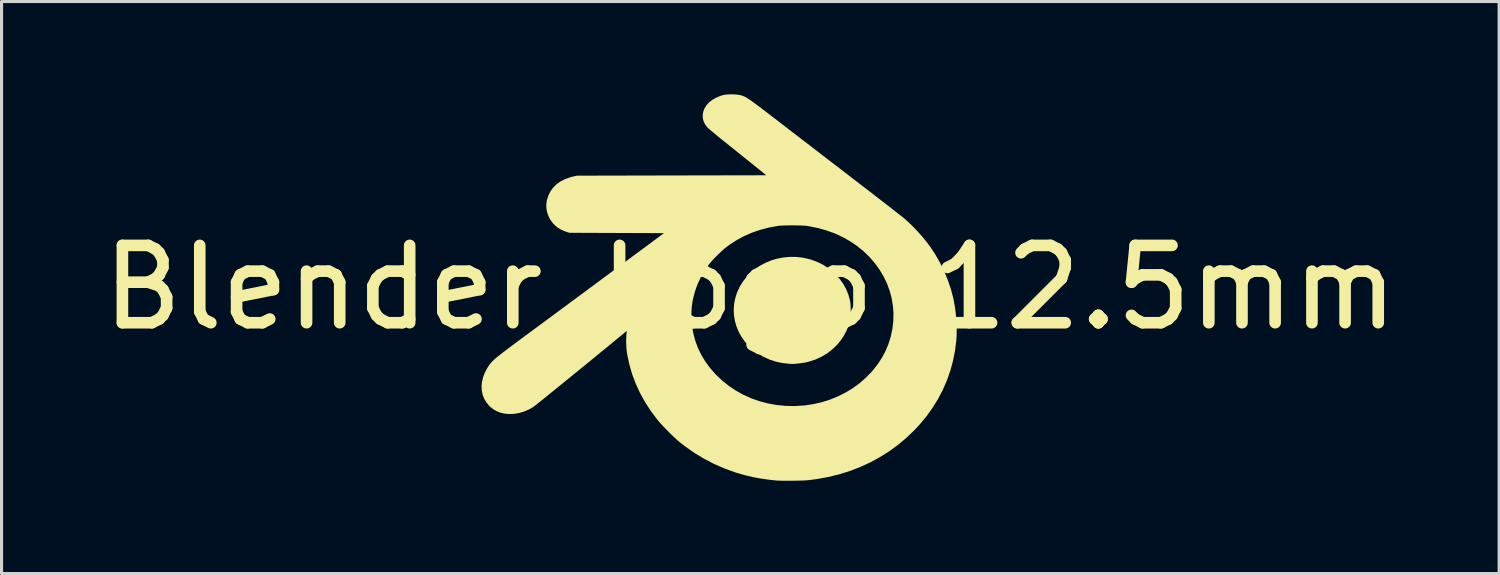
<source format=kicad_pcb>
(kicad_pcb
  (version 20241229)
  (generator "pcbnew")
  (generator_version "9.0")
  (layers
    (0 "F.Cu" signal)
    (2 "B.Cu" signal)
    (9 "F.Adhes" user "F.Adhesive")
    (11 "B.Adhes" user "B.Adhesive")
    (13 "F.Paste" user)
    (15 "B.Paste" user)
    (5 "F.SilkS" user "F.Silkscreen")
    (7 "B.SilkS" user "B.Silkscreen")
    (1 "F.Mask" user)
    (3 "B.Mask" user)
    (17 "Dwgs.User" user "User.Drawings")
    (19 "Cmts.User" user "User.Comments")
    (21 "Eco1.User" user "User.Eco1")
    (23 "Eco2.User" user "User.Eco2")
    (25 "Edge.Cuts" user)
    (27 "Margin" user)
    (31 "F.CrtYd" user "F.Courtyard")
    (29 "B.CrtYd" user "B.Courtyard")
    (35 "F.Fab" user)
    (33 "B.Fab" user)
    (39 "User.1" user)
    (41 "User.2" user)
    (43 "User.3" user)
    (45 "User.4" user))
  (footprint "Blender Logo 12.5mm"
    (layer "F.Cu")
    (at 21.205 6.245)
    (property "Reference" "Blender Logo 12.5mm" (at 0 0 180) (layer "F.SilkS") (effects (font (size 2.5 2.5) (thickness 0.375))))
    (attr board_only exclude_from_pos_files exclude_from_bom)
    (fp_poly (pts (xy 1.486 -0.989) (xy 1.696 -0.965) (xy 1.905 -0.919) (xy 2.004 -0.888) (xy 2.198 -0.813) (xy 2.375 -0.722) (xy 2.54 -0.612) (xy 2.695 -0.482) (xy 2.753 -0.426) (xy 2.89 -0.275) (xy 3.004 -0.116) (xy 3.097 0.051) (xy 3.169 0.229) (xy 3.222 0.418) (xy 3.222 0.42) (xy 3.232 0.482) (xy 3.239 0.562) (xy 3.244 0.653) (xy 3.245 0.748) (xy 3.244 0.842) (xy 3.24 0.928) (xy 3.233 0.999) (xy 3.228 1.026) (xy 3.179 1.216) (xy 3.108 1.398) (xy 3.016 1.569) (xy 2.906 1.73) (xy 2.779 1.878) (xy 2.635 2.012) (xy 2.476 2.132) (xy 2.303 2.235) (xy 2.118 2.321) (xy 1.923 2.387) (xy 1.775 2.424) (xy 1.718 2.433) (xy 1.65 2.443) (xy 1.575 2.452) (xy 1.5 2.46) (xy 1.43 2.466) (xy 1.372 2.469) (xy 1.332 2.469) (xy 1.331 2.469) (xy 1.301 2.467) (xy 1.26 2.464) (xy 1.241 2.463) (xy 1.028 2.439) (xy 0.826 2.396) (xy 0.63 2.332) (xy 0.438 2.245) (xy 0.431 2.242) (xy 0.254 2.139) (xy 0.092 2.021) (xy -0.052 1.89) (xy -0.179 1.746) (xy -0.287 1.592) (xy -0.377 1.429) (xy -0.448 1.258) (xy -0.498 1.082) (xy -0.528 0.901) (xy -0.537 0.717) (xy -0.524 0.532) (xy -0.488 0.347) (xy -0.43 0.163) (xy -0.415 0.126) (xy -0.331 -0.048) (xy -0.228 -0.209) (xy -0.104 -0.361) (xy -0.031 -0.438) (xy 0.124 -0.575) (xy 0.293 -0.693) (xy 0.474 -0.793) (xy 0.665 -0.873) (xy 0.863 -0.933) (xy 1.068 -0.972) (xy 1.276 -0.991)) (stroke (width 0) (type solid)) (fill yes) (layer "F.SilkS"))
    (fp_poly (pts (xy -0.557 -6.245) (xy -0.468 -6.24) (xy -0.388 -6.232) (xy -0.331 -6.221) (xy -0.3 -6.213) (xy -0.271 -6.205) (xy -0.242 -6.195) (xy -0.212 -6.184) (xy -0.18 -6.169) (xy -0.145 -6.15) (xy -0.106 -6.127) (xy -0.061 -6.098) (xy -0.009 -6.063) (xy 0.052 -6.021) (xy 0.121 -5.971) (xy 0.201 -5.912) (xy 0.292 -5.844) (xy 0.396 -5.765) (xy 0.514 -5.675) (xy 0.648 -5.572) (xy 0.798 -5.457) (xy 0.965 -5.329) (xy 0.993 -5.307) (xy 1.131 -5.201) (xy 1.286 -5.081) (xy 1.455 -4.951) (xy 1.637 -4.812) (xy 1.828 -4.665) (xy 2.026 -4.513) (xy 2.229 -4.356) (xy 2.435 -4.198) (xy 2.642 -4.039) (xy 2.847 -3.882) (xy 3.047 -3.728) (xy 3.241 -3.579) (xy 3.425 -3.437) (xy 3.59 -3.31) (xy 3.752 -3.186) (xy 3.909 -3.065) (xy 4.059 -2.948) (xy 4.203 -2.837) (xy 4.338 -2.733) (xy 4.464 -2.635) (xy 4.579 -2.546) (xy 4.682 -2.465) (xy 4.773 -2.395) (xy 4.848 -2.336) (xy 4.909 -2.288) (xy 4.952 -2.253) (xy 4.978 -2.232) (xy 4.978 -2.232) (xy 5.125 -2.1) (xy 5.276 -1.952) (xy 5.426 -1.794) (xy 5.57 -1.63) (xy 5.703 -1.467) (xy 5.814 -1.32) (xy 5.981 -1.067) (xy 6.133 -0.8) (xy 6.268 -0.523) (xy 6.385 -0.239) (xy 6.483 0.049) (xy 6.559 0.337) (xy 6.591 0.492) (xy 6.618 0.657) (xy 6.64 0.833) (xy 6.656 1.015) (xy 6.666 1.198) (xy 6.671 1.376) (xy 6.669 1.543) (xy 6.66 1.693) (xy 6.659 1.704) (xy 6.617 2.041) (xy 6.551 2.37) (xy 6.464 2.691) (xy 6.354 3.004) (xy 6.222 3.307) (xy 6.068 3.601) (xy 5.892 3.886) (xy 5.695 4.16) (xy 5.477 4.424) (xy 5.308 4.605) (xy 5.051 4.852) (xy 4.779 5.081) (xy 4.493 5.29) (xy 4.194 5.479) (xy 3.882 5.649) (xy 3.558 5.799) (xy 3.223 5.928) (xy 2.876 6.037) (xy 2.519 6.124) (xy 2.153 6.191) (xy 1.972 6.215) (xy 1.901 6.223) (xy 1.831 6.23) (xy 1.758 6.235) (xy 1.679 6.239) (xy 1.588 6.241) (xy 1.481 6.243) (xy 1.355 6.245) (xy 1.355 6.245) (xy 1.253 6.245) (xy 1.154 6.245) (xy 1.06 6.245) (xy 0.977 6.243) (xy 0.908 6.241) (xy 0.857 6.239) (xy 0.839 6.238) (xy 0.569 6.208) (xy 0.317 6.171) (xy 0.076 6.126) (xy -0.16 6.07) (xy -0.396 6.003) (xy -0.51 5.967) (xy -0.852 5.843) (xy -1.183 5.697) (xy -1.505 5.529) (xy -1.816 5.341) (xy -2.115 5.13) (xy -2.247 5.029) (xy -2.324 4.964) (xy -2.413 4.885) (xy -2.509 4.795) (xy -2.609 4.698) (xy -2.709 4.597) (xy -2.805 4.497) (xy -2.893 4.402) (xy -2.97 4.316) (xy -3.016 4.259) (xy -3.222 3.983) (xy -3.405 3.7) (xy -3.565 3.411) (xy -3.702 3.114) (xy -3.816 2.812) (xy -3.907 2.503) (xy -3.975 2.187) (xy -3.991 2.087) (xy -4.002 1.996) (xy -4.009 1.889) (xy -4.013 1.774) (xy -4.012 1.659) (xy -4.008 1.552) (xy -4.004 1.501) (xy -3.995 1.401) (xy -4.088 1.478) (xy -4.182 1.556) (xy -4.287 1.643) (xy -4.402 1.737) (xy -4.526 1.839) (xy -4.657 1.947) (xy -4.795 2.06) (xy -4.938 2.177) (xy -5.084 2.297) (xy -5.234 2.419) (xy -5.385 2.542) (xy -5.536 2.665) (xy -5.687 2.788) (xy -5.835 2.908) (xy -5.98 3.026) (xy -6.12 3.14) (xy -6.255 3.249) (xy -6.383 3.353) (xy -6.502 3.45) (xy -6.613 3.539) (xy -6.712 3.619) (xy -6.8 3.69) (xy -6.875 3.749) (xy -6.936 3.798) (xy -6.981 3.833) (xy -7.01 3.855) (xy -7.018 3.862) (xy -7.164 3.945) (xy -7.316 4.009) (xy -7.473 4.055) (xy -7.631 4.082) (xy -7.788 4.089) (xy -7.94 4.076) (xy -8.084 4.042) (xy -8.1 4.037) (xy -8.214 3.99) (xy -8.314 3.93) (xy -8.408 3.854) (xy -8.441 3.822) (xy -8.532 3.714) (xy -8.602 3.596) (xy -8.652 3.469) (xy -8.68 3.335) (xy -8.688 3.195) (xy -8.675 3.051) (xy -8.64 2.905) (xy -8.585 2.757) (xy -8.508 2.611) (xy -8.481 2.567) (xy -8.457 2.531) (xy -8.434 2.498) (xy -8.409 2.465) (xy -8.382 2.433) (xy -8.352 2.399) (xy -8.316 2.363) (xy -8.275 2.325) (xy -8.226 2.282) (xy -8.169 2.234) (xy -8.102 2.181) (xy -8.025 2.12) (xy -7.935 2.051) (xy -7.832 1.973) (xy -7.714 1.885) (xy -7.581 1.786) (xy -7.431 1.674) (xy -7.263 1.55) (xy -7.259 1.547) (xy -7.147 1.465) (xy -7.018 1.369) (xy -6.873 1.262) (xy -6.714 1.145) (xy -6.543 1.018) (xy -6.501 0.987) (xy -1.906 0.987) (xy -1.9 1.113) (xy -1.891 1.212) (xy -1.846 1.469) (xy -1.781 1.714) (xy -1.695 1.949) (xy -1.587 2.173) (xy -1.458 2.388) (xy -1.307 2.595) (xy -1.133 2.794) (xy -1.104 2.824) (xy -0.903 3.013) (xy -0.688 3.184) (xy -0.46 3.336) (xy -0.22 3.469) (xy 0.031 3.581) (xy 0.292 3.673) (xy 0.562 3.745) (xy 0.839 3.795) (xy 1.122 3.824) (xy 1.41 3.831) (xy 1.702 3.815) (xy 1.769 3.809) (xy 2.044 3.768) (xy 2.313 3.706) (xy 2.575 3.623) (xy 2.828 3.52) (xy 3.071 3.399) (xy 3.301 3.26) (xy 3.518 3.103) (xy 3.72 2.93) (xy 3.905 2.742) (xy 3.988 2.645) (xy 4.137 2.45) (xy 4.263 2.254) (xy 4.37 2.053) (xy 4.458 1.843) (xy 4.529 1.621) (xy 4.541 1.578) (xy 4.593 1.333) (xy 4.622 1.086) (xy 4.627 0.839) (xy 4.61 0.593) (xy 4.569 0.35) (xy 4.506 0.112) (xy 4.421 -0.122) (xy 4.313 -0.348) (xy 4.184 -0.567) (xy 4.182 -0.57) (xy 4.023 -0.789) (xy 3.847 -0.992) (xy 3.654 -1.178) (xy 3.446 -1.347) (xy 3.222 -1.499) (xy 2.983 -1.633) (xy 2.731 -1.749) (xy 2.465 -1.846) (xy 2.188 -1.923) (xy 1.898 -1.982) (xy 1.817 -1.994) (xy 1.766 -1.999) (xy 1.695 -2.003) (xy 1.609 -2.006) (xy 1.512 -2.009) (xy 1.409 -2.01) (xy 1.304 -2.01) (xy 1.201 -2.008) (xy 1.105 -2.006) (xy 1.02 -2.003) (xy 0.951 -1.999) (xy 0.905 -1.994) (xy 0.61 -1.941) (xy 0.329 -1.869) (xy 0.06 -1.777) (xy -0.196 -1.666) (xy -0.441 -1.534) (xy -0.676 -1.381) (xy -0.756 -1.322) (xy -0.829 -1.264) (xy -0.911 -1.192) (xy -0.998 -1.111) (xy -1.086 -1.025) (xy -1.17 -0.939) (xy -1.247 -0.856) (xy -1.311 -0.781) (xy -1.341 -0.743) (xy -1.486 -0.531) (xy -1.609 -0.317) (xy -1.711 -0.097) (xy -1.791 0.131) (xy -1.853 0.369) (xy -1.873 0.474) (xy -1.889 0.588) (xy -1.9 0.716) (xy -1.905 0.852) (xy -1.906 0.987) (xy -6.501 0.987) (xy -6.361 0.883) (xy -6.17 0.742) (xy -5.972 0.596) (xy -5.769 0.446) (xy -5.562 0.292) (xy -5.353 0.138) (xy -5.144 -0.017) (xy -4.936 -0.171) (xy -4.732 -0.322) (xy -4.567 -0.444) (xy -2.793 -1.758) (xy -4.321 -1.764) (xy -5.849 -1.77) (xy -5.939 -1.798) (xy -6.034 -1.833) (xy -6.13 -1.879) (xy -6.218 -1.932) (xy -6.273 -1.972) (xy -6.374 -2.069) (xy -6.457 -2.179) (xy -6.521 -2.299) (xy -6.567 -2.426) (xy -6.592 -2.557) (xy -6.596 -2.69) (xy -6.577 -2.821) (xy -6.576 -2.824) (xy -6.529 -2.972) (xy -6.463 -3.106) (xy -6.378 -3.225) (xy -6.274 -3.33) (xy -6.151 -3.421) (xy -6.01 -3.496) (xy -5.85 -3.556) (xy -5.727 -3.589) (xy -5.609 -3.616) (xy -2.546 -3.623) (xy 0.517 -3.629) (xy 0.077 -3.983) (xy -0.03 -4.069) (xy -0.151 -4.166) (xy -0.281 -4.271) (xy -0.416 -4.379) (xy -0.55 -4.486) (xy -0.678 -4.59) (xy -0.797 -4.685) (xy -0.839 -4.718) (xy -0.934 -4.795) (xy -1.026 -4.869) (xy -1.112 -4.94) (xy -1.189 -5.004) (xy -1.257 -5.061) (xy -1.313 -5.108) (xy -1.355 -5.145) (xy -1.38 -5.168) (xy -1.382 -5.17) (xy -1.455 -5.262) (xy -1.506 -5.362) (xy -1.534 -5.466) (xy -1.54 -5.575) (xy -1.522 -5.684) (xy -1.482 -5.79) (xy -1.42 -5.89) (xy -1.337 -5.982) (xy -1.235 -6.063) (xy -1.114 -6.133) (xy -0.978 -6.191) (xy -0.876 -6.222) (xy -0.815 -6.234) (xy -0.738 -6.242) (xy -0.649 -6.245)) (stroke (width 0) (type solid)) (fill yes) (layer "F.SilkS")))
  (gr_rect
    (start -3 -3)
    (end 45.411 15.49)
    (stroke (width 0.1) (type default))
    (fill no)
    (layer "Edge.Cuts")))
</source>
